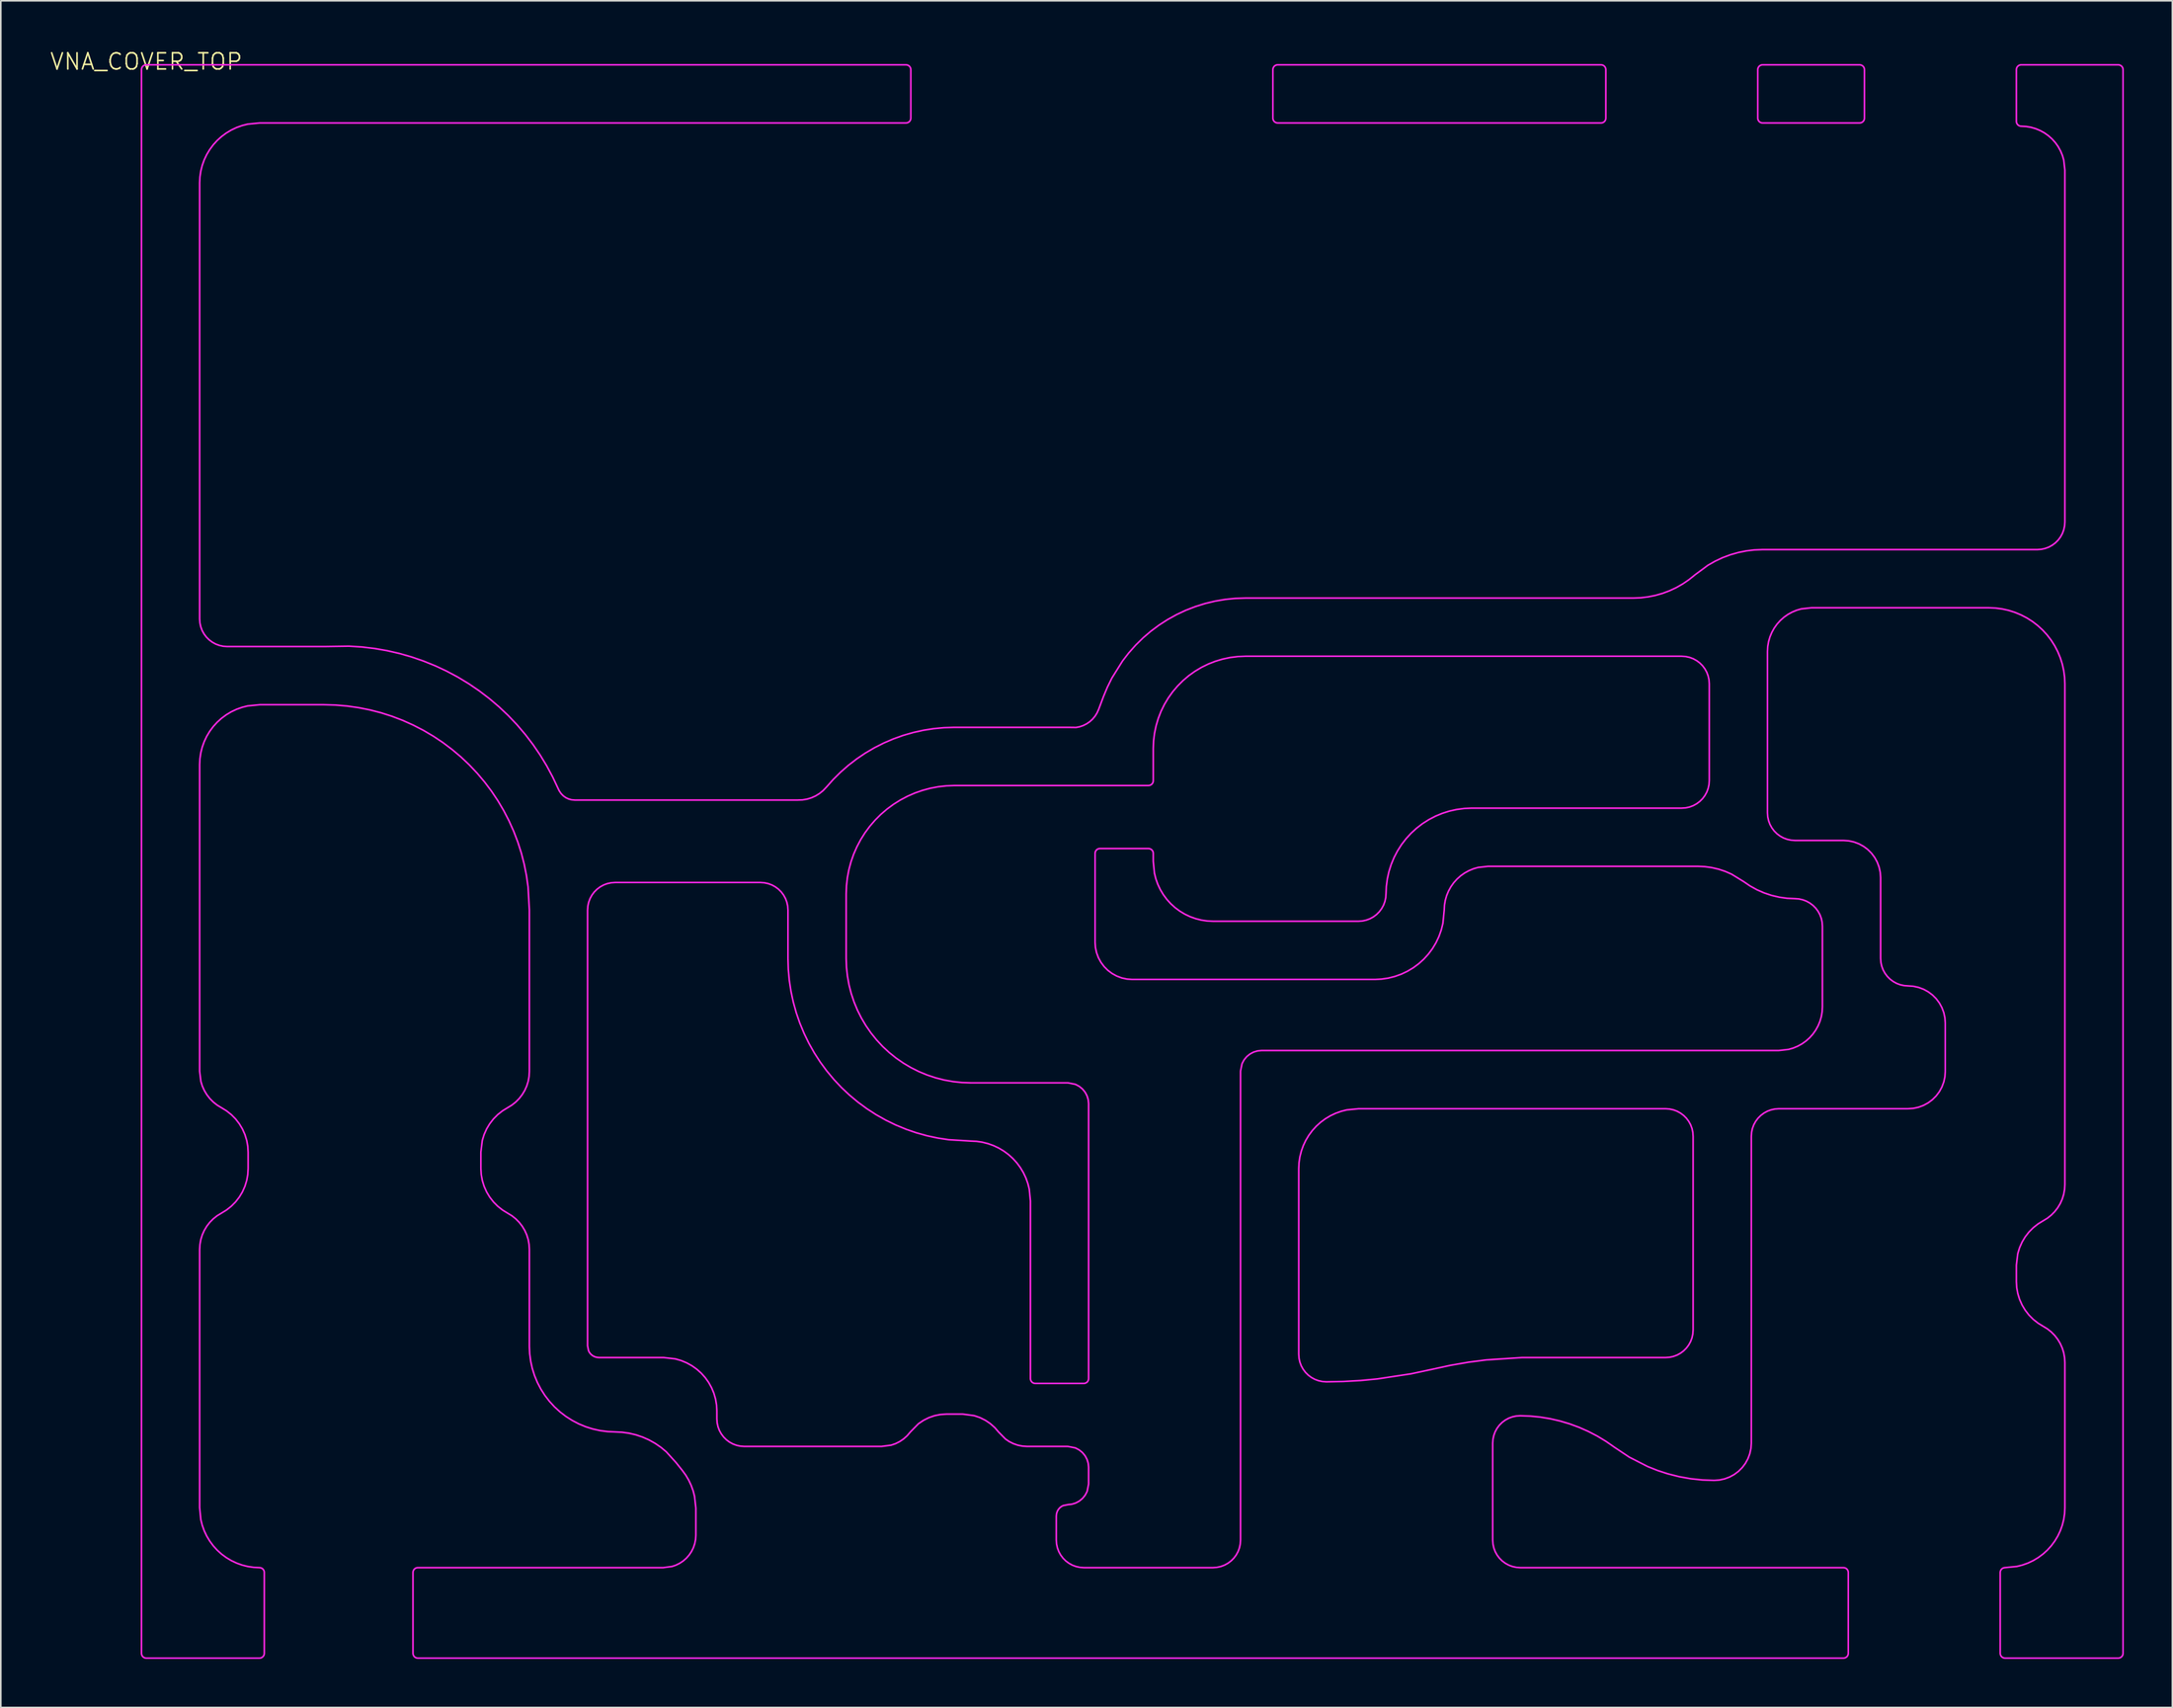
<source format=kicad_pcb>
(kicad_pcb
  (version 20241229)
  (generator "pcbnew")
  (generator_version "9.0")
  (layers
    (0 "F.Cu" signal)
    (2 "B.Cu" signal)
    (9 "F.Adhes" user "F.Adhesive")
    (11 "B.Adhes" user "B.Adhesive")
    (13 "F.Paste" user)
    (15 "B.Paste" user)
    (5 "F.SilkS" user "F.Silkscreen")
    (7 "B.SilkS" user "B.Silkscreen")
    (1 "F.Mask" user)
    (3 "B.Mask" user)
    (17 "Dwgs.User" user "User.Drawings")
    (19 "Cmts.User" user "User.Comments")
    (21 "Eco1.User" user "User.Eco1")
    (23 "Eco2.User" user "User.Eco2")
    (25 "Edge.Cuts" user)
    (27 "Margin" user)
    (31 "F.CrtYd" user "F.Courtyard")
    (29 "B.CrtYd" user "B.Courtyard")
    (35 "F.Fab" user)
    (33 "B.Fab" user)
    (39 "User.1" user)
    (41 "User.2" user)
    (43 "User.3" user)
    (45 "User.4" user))
  (footprint "VNA_COVER_TOP"
    (layer "F.Cu")
    (at 6.002 1.26)
    (property "Reference" "VNA_COVER_TOP" (at 0 -0.5 0) (unlocked yes) (layer "F.SilkS") (effects (font (size 1 1) (thickness 0.1))))
    (fp_poly (pts (xy 70 0) (xy 70 3) (xy 90 3) (xy 90 0)) (stroke (width 0.1) (type solid)) (fill yes) (layer "F.Mask"))
    (fp_poly (pts (xy 100 0) (xy 100 3) (xy 106 3) (xy 106 0)) (stroke (width 0.1) (type solid)) (fill yes) (layer "F.Mask"))
    (fp_poly (pts (xy 4.437 35.919) (xy 4.169 35.819) (xy 3.919 35.683) (xy 3.69 35.511) (xy 3.489 35.31) (xy 3.317 35.081) (xy 3.181 34.831) (xy 3.081 34.563) (xy 3.02 34.285) (xy 3 34) (xy 3 7) (xy 3.019 6.608) (xy 3.077 6.22) (xy 3.172 5.839) (xy 3.304 5.469) (xy 3.472 5.114) (xy 3.674 4.778) (xy 3.908 4.462) (xy 4.172 4.172) (xy 4.462 3.908) (xy 4.778 3.674) (xy 5.114 3.472) (xy 5.469 3.304) (xy 5.839 3.172) (xy 6.22 3.077) (xy 7 3) (xy 47 3) (xy 47 0) (xy 0 0) (xy 0 98) (xy 7 98) (xy 7 93) (xy 6.608 92.981) (xy 6.22 92.923) (xy 5.839 92.828) (xy 5.469 92.696) (xy 5.114 92.528) (xy 4.778 92.326) (xy 4.462 92.092) (xy 4.172 91.828) (xy 3.908 91.538) (xy 3.674 91.222) (xy 3.472 90.886) (xy 3.304 90.531) (xy 3.172 90.161) (xy 3.077 89.78) (xy 3 89) (xy 3 73) (xy 3.02 72.661) (xy 3.081 72.326) (xy 3.182 72.001) (xy 3.321 71.691) (xy 3.496 71.399) (xy 3.704 71.131) (xy 3.944 70.889) (xy 4.21 70.678) (xy 4.5 70.5) (xy 4.79 70.322) (xy 5.056 70.111) (xy 5.296 69.869) (xy 5.504 69.601) (xy 5.679 69.309) (xy 5.818 68.999) (xy 5.919 68.674) (xy 5.98 68.339) (xy 6 68) (xy 6 67) (xy 5.98 66.661) (xy 5.919 66.326) (xy 5.818 66.001) (xy 5.679 65.691) (xy 5.504 65.399) (xy 5.296 65.131) (xy 5.056 64.889) (xy 4.79 64.678) (xy 4.5 64.5) (xy 4.21 64.322) (xy 3.944 64.111) (xy 3.704 63.869) (xy 3.496 63.601) (xy 3.321 63.309) (xy 3.182 62.999) (xy 3.081 62.674) (xy 3 62) (xy 3 43) (xy 3.019 42.608) (xy 3.077 42.22) (xy 3.172 41.839) (xy 3.304 41.469) (xy 3.472 41.114) (xy 3.674 40.778) (xy 3.908 40.462) (xy 4.172 40.172) (xy 4.462 39.908) (xy 4.778 39.674) (xy 5.114 39.472) (xy 5.469 39.304) (xy 5.839 39.172) (xy 6.22 39.077) (xy 7 39) (xy 9 39) (xy 11 39) (xy 11.729 39.02) (xy 12.456 39.082) (xy 13.178 39.184) (xy 13.893 39.326) (xy 14.599 39.508) (xy 15.294 39.73) (xy 15.975 39.99) (xy 16.64 40.287) (xy 17.288 40.622) (xy 17.916 40.993) (xy 18.523 41.398) (xy 19.105 41.836) (xy 19.663 42.307) (xy 20.192 42.808) (xy 20.693 43.337) (xy 21.164 43.895) (xy 21.602 44.477) (xy 22.007 45.084) (xy 22.378 45.712) (xy 22.713 46.36) (xy 23.01 47.025) (xy 23.27 47.706) (xy 23.492 48.401) (xy 23.674 49.107) (xy 23.816 49.822) (xy 23.918 50.544) (xy 24 52) (xy 24 62) (xy 23.98 62.339) (xy 23.919 62.674) (xy 23.818 62.999) (xy 23.679 63.309) (xy 23.504 63.601) (xy 23.296 63.869) (xy 23.056 64.111) (xy 22.79 64.322) (xy 22.5 64.5) (xy 22.21 64.678) (xy 21.944 64.889) (xy 21.704 65.131) (xy 21.496 65.399) (xy 21.321 65.691) (xy 21.182 66.001) (xy 21.081 66.326) (xy 21 67) (xy 21 68) (xy 21.02 68.339) (xy 21.081 68.674) (xy 21.182 68.999) (xy 21.321 69.309) (xy 21.496 69.601) (xy 21.704 69.869) (xy 21.944 70.111) (xy 22.21 70.322) (xy 22.5 70.5) (xy 22.5 70.5) (xy 22.79 70.678) (xy 23.056 70.889) (xy 23.296 71.131) (xy 23.504 71.399) (xy 23.679 71.691) (xy 23.818 72.001) (xy 23.919 72.326) (xy 23.98 72.661) (xy 24 73) (xy 24 79) (xy 24.019 79.436) (xy 24.076 79.868) (xy 24.17 80.294) (xy 24.302 80.71) (xy 24.468 81.113) (xy 24.67 81.5) (xy 24.904 81.868) (xy 25.17 82.214) (xy 25.464 82.536) (xy 25.786 82.83) (xy 26.132 83.096) (xy 26.5 83.33) (xy 26.887 83.532) (xy 27.29 83.698) (xy 27.706 83.83) (xy 28.132 83.924) (xy 28.564 83.981) (xy 29 84) (xy 29 84) (xy 29.463 84.021) (xy 29.922 84.086) (xy 30.373 84.192) (xy 30.812 84.34) (xy 31.236 84.528) (xy 31.641 84.754) (xy 32.022 85.017) (xy 32.378 85.314) (xy 33 86) (xy 33.39 86.488) (xy 35.489 84.81) (xy 35.317 84.581) (xy 35.181 84.331) (xy 35.081 84.063) (xy 35.02 83.785) (xy 35 83.5) (xy 35 83) (xy 34.981 82.664) (xy 34.925 82.332) (xy 34.832 82.009) (xy 34.703 81.698) (xy 34.54 81.404) (xy 34.345 81.13) (xy 34.121 80.879) (xy 33.87 80.655) (xy 33.596 80.46) (xy 33.302 80.297) (xy 32.991 80.168) (xy 32.668 80.075) (xy 32 80) (xy 28 80) (xy 27.805 79.981) (xy 27.617 79.924) (xy 27.444 79.831) (xy 27.293 79.707) (xy 27.169 79.556) (xy 27.076 79.383) (xy 27 79) (xy 27 52) (xy 27.02 51.715) (xy 27.081 51.437) (xy 27.181 51.169) (xy 27.317 50.919) (xy 27.489 50.69) (xy 27.69 50.489) (xy 27.919 50.317) (xy 28.169 50.181) (xy 28.437 50.081) (xy 28.715 50.02) (xy 29 50) (xy 38 50) (xy 38.285 50.02) (xy 38.563 50.081) (xy 38.831 50.181) (xy 39.081 50.317) (xy 39.31 50.489) (xy 39.511 50.69) (xy 39.683 50.919) (xy 39.819 51.169) (xy 39.919 51.437) (xy 39.98 51.715) (xy 40 52) (xy 40 55) (xy 40.02 55.664) (xy 40.08 56.326) (xy 40.18 56.983) (xy 40.32 57.632) (xy 40.498 58.273) (xy 40.715 58.901) (xy 40.969 59.515) (xy 41.26 60.112) (xy 41.586 60.691) (xy 41.947 61.249) (xy 42.341 61.784) (xy 42.766 62.294) (xy 43.222 62.778) (xy 43.706 63.234) (xy 44.216 63.659) (xy 44.751 64.053) (xy 45.309 64.414) (xy 45.888 64.74) (xy 46.485 65.031) (xy 47.099 65.285) (xy 47.727 65.502) (xy 48.368 65.68) (xy 49.017 65.82) (xy 49.674 65.92) (xy 51 66) (xy 51.392 66.019) (xy 51.78 66.077) (xy 52.161 66.172) (xy 52.531 66.304) (xy 52.886 66.472) (xy 53.222 66.674) (xy 53.538 66.908) (xy 53.828 67.172) (xy 54.092 67.462) (xy 54.326 67.778) (xy 54.528 68.114) (xy 54.696 68.469) (xy 54.828 68.839) (xy 54.923 69.22) (xy 55 70) (xy 55 81) (xy 58 81) (xy 58 64) (xy 57.981 63.805) (xy 57.924 63.617) (xy 57.831 63.444) (xy 57.707 63.293) (xy 57.556 63.169) (xy 57.383 63.076) (xy 57 63) (xy 51 63) (xy 50.429 62.98) (xy 49.861 62.919) (xy 49.299 62.817) (xy 48.746 62.676) (xy 48.204 62.496) (xy 47.677 62.277) (xy 47.166 62.021) (xy 46.675 61.73) (xy 46.206 61.404) (xy 45.761 61.046) (xy 45.343 60.657) (xy 44.954 60.239) (xy 44.596 59.794) (xy 44.27 59.325) (xy 43.979 58.834) (xy 43.723 58.323) (xy 43.504 57.796) (xy 43.324 57.254) (xy 43.183 56.701) (xy 43.081 56.139) (xy 43.02 55.571) (xy 43 55) (xy 43 51) (xy 43.02 50.477) (xy 43.078 49.957) (xy 43.176 49.442) (xy 43.311 48.937) (xy 43.484 48.443) (xy 43.693 47.963) (xy 43.938 47.5) (xy 44.216 47.057) (xy 44.527 46.636) (xy 44.869 46.239) (xy 45.239 45.869) (xy 45.636 45.527) (xy 46.057 45.216) (xy 46.5 44.938) (xy 46.963 44.693) (xy 47.443 44.484) (xy 47.937 44.311) (xy 48.442 44.176) (xy 48.957 44.078) (xy 49.477 44.02) (xy 50 44) (xy 62 44) (xy 62 42) (xy 62.02 41.505) (xy 62.082 41.012) (xy 62.184 40.527) (xy 62.325 40.052) (xy 62.505 39.59) (xy 62.723 39.144) (xy 62.977 38.718) (xy 63.265 38.315) (xy 63.586 37.936) (xy 63.936 37.586) (xy 64.315 37.265) (xy 64.718 36.977) (xy 65.144 36.723) (xy 65.59 36.505) (xy 66.052 36.325) (xy 66.527 36.184) (xy 67.012 36.082) (xy 67.505 36.02) (xy 68 36) (xy 75 36) (xy 95 36) (xy 95.285 36.02) (xy 95.563 36.081) (xy 95.831 36.181) (xy 96.081 36.317) (xy 96.31 36.489) (xy 96.511 36.69) (xy 96.683 36.919) (xy 96.819 37.169) (xy 96.919 37.437) (xy 96.98 37.715) (xy 97 38) (xy 97 44) (xy 96.98 44.285) (xy 96.919 44.563) (xy 96.819 44.831) (xy 96.683 45.081) (xy 96.511 45.31) (xy 96.31 45.511) (xy 96.081 45.683) (xy 95.831 45.819) (xy 95.563 45.919) (xy 95.285 45.98) (xy 95 46) (xy 82 46) (xy 81.564 46.019) (xy 81.132 46.076) (xy 80.706 46.17) (xy 80.29 46.302) (xy 79.887 46.468) (xy 79.5 46.67) (xy 79.132 46.904) (xy 78.786 47.17) (xy 78.464 47.464) (xy 78.17 47.786) (xy 77.904 48.132) (xy 77.67 48.5) (xy 77.468 48.887) (xy 77.302 49.29) (xy 77.17 49.706) (xy 77.076 50.132) (xy 77.019 50.564) (xy 77 51) (xy 76.98 51.285) (xy 76.919 51.563) (xy 76.819 51.831) (xy 76.683 52.081) (xy 76.511 52.31) (xy 76.31 52.511) (xy 76.081 52.683) (xy 75.831 52.819) (xy 75.563 52.919) (xy 75.285 52.98) (xy 75 53) (xy 66 53) (xy 65.608 52.981) (xy 65.22 52.923) (xy 64.839 52.828) (xy 64.469 52.696) (xy 64.114 52.528) (xy 63.778 52.326) (xy 63.462 52.092) (xy 63.172 51.828) (xy 62.908 51.538) (xy 62.674 51.222) (xy 62.472 50.886) (xy 62.304 50.531) (xy 62.172 50.161) (xy 62.077 49.78) (xy 62 49) (xy 62 46.2) (xy 59 46.2) (xy 59 54) (xy 59.02 54.285) (xy 59.081 54.563) (xy 59.181 54.831) (xy 59.317 55.081) (xy 59.489 55.31) (xy 59.69 55.511) (xy 59.919 55.683) (xy 60.169 55.819) (xy 60.437 55.919) (xy 60.715 55.98) (xy 61 56) (xy 76 56) (xy 76.392 55.981) (xy 76.78 55.923) (xy 77.161 55.828) (xy 77.531 55.696) (xy 77.886 55.528) (xy 78.222 55.326) (xy 78.538 55.092) (xy 78.828 54.828) (xy 79.092 54.538) (xy 79.326 54.222) (xy 79.528 53.886) (xy 79.696 53.531) (xy 79.828 53.161) (xy 79.923 52.78) (xy 80 52) (xy 80.019 51.664) (xy 80.075 51.332) (xy 80.168 51.009) (xy 80.297 50.698) (xy 80.46 50.404) (xy 80.655 50.13) (xy 80.879 49.879) (xy 81.13 49.655) (xy 81.404 49.46) (xy 81.698 49.297) (xy 82.009 49.168) (xy 82.332 49.075) (xy 83 49) (xy 96 49) (xy 96.459 49.021) (xy 96.914 49.084) (xy 97.362 49.189) (xy 97.797 49.334) (xy 98.218 49.519) (xy 99 50) (xy 99 50) (xy 99.38 50.259) (xy 99.782 50.481) (xy 100.203 50.666) (xy 100.638 50.811) (xy 101.086 50.916) (xy 101.541 50.979) (xy 102 51) (xy 102.285 51.02) (xy 102.563 51.081) (xy 102.831 51.181) (xy 103.081 51.317) (xy 103.31 51.489) (xy 103.511 51.69) (xy 103.683 51.919) (xy 103.819 52.169) (xy 103.919 52.437) (xy 103.98 52.715) (xy 104 53) (xy 104 58) (xy 103.981 58.336) (xy 103.925 58.668) (xy 103.832 58.991) (xy 103.703 59.302) (xy 103.54 59.596) (xy 103.345 59.87) (xy 103.121 60.121) (xy 102.87 60.345) (xy 102.596 60.54) (xy 102.302 60.703) (xy 101.991 60.832) (xy 101.668 60.925) (xy 101 61) (xy 99 61) (xy 69 61) (xy 68.805 61.019) (xy 68.617 61.076) (xy 68.444 61.169) (xy 68.293 61.293) (xy 68.169 61.444) (xy 68.076 61.617) (xy 68 62) (xy 68 88.5) (xy 68 91) (xy 67.98 91.285) (xy 67.919 91.563) (xy 67.819 91.831) (xy 67.683 92.081) (xy 67.511 92.31) (xy 67.31 92.511) (xy 67.081 92.683) (xy 66.831 92.819) (xy 66.563 92.919) (xy 66.285 92.98) (xy 66 93) (xy 58 93) (xy 57.715 92.98) (xy 57.437 92.919) (xy 57.169 92.819) (xy 56.919 92.683) (xy 56.69 92.511) (xy 56.489 92.31) (xy 56.317 92.081) (xy 56.181 91.831) (xy 56.081 91.563) (xy 56.02 91.285) (xy 56 91) (xy 56 89.5) (xy 56.019 89.305) (xy 56.076 89.117) (xy 56.169 88.944) (xy 56.293 88.793) (xy 56.444 88.669) (xy 56.617 88.576) (xy 57 88.5) (xy 57.195 88.481) (xy 57.383 88.424) (xy 57.556 88.331) (xy 57.707 88.207) (xy 57.831 88.056) (xy 57.924 87.883) (xy 58 87.5) (xy 58 86.5) (xy 57.981 86.305) (xy 57.924 86.117) (xy 57.831 85.944) (xy 57.707 85.793) (xy 57.556 85.669) (xy 57.383 85.576) (xy 57 85.5) (xy 54.5 85.5) (xy 54.17 85.478) (xy 53.845 85.413) (xy 53.532 85.305) (xy 53.236 85.157) (xy 52.963 84.971) (xy 52.5 84.5) (xy 52.5 84.5) (xy 52.284 84.249) (xy 52.037 84.029) (xy 51.764 83.843) (xy 51.468 83.695) (xy 51.155 83.587) (xy 50.5 83.5) (xy 49.5 83.5) (xy 49.17 83.522) (xy 48.845 83.587) (xy 48.532 83.695) (xy 48.236 83.843) (xy 47.963 84.029) (xy 47.5 84.5) (xy 47.284 84.751) (xy 47.037 84.971) (xy 46.764 85.157) (xy 46.468 85.305) (xy 46.155 85.413) (xy 45.5 85.5) (xy 37 85.5) (xy 36.715 85.48) (xy 36.437 85.419) (xy 36.169 85.319) (xy 35.919 85.183) (xy 35.69 85.011) (xy 35.489 84.81) (xy 33.39 86.488) (xy 33.4 86.5) (xy 33.627 86.813) (xy 33.823 87.145) (xy 33.988 87.495) (xy 34.119 87.859) (xy 34.215 88.233) (xy 34.3 89) (xy 34.3 90.7) (xy 34.28 91) (xy 34.222 91.295) (xy 34.125 91.58) (xy 33.992 91.85) (xy 33.825 92.1) (xy 33.626 92.326) (xy 33.4 92.525) (xy 33.15 92.692) (xy 32.88 92.825) (xy 32.595 92.922) (xy 32 93) (xy 16.8 93) (xy 16.8 98) (xy 105 98) (xy 105 93) (xy 85 93) (xy 84.715 92.98) (xy 84.437 92.919) (xy 84.169 92.819) (xy 83.919 92.683) (xy 83.69 92.511) (xy 83.489 92.31) (xy 83.317 92.081) (xy 83.181 91.831) (xy 83.081 91.563) (xy 83.02 91.285) (xy 83 91) (xy 83 88.5) (xy 83 85) (xy 83.019 84.715) (xy 83.079 84.436) (xy 83.179 84.168) (xy 83.315 83.917) (xy 83.486 83.688) (xy 83.688 83.486) (xy 83.917 83.315) (xy 84.168 83.179) (xy 84.436 83.079) (xy 84.715 83.019) (xy 85 83) (xy 84.804 80.02) (xy 82.923 80.143) (xy 81.841 80.284) (xy 80.766 80.469) (xy 79.7 80.7) (xy 78.3 81) (xy 76.192 81.32) (xy 75.131 81.42) (xy 74.066 81.48) (xy 73 81.5) (xy 72.715 81.48) (xy 72.437 81.419) (xy 72.169 81.319) (xy 71.919 81.183) (xy 71.69 81.011) (xy 71.489 80.81) (xy 71.317 80.581) (xy 71.181 80.331) (xy 71.081 80.063) (xy 71.02 79.785) (xy 71 79.5) (xy 71 79) (xy 71 68.1) (xy 71 68) (xy 71.019 67.608) (xy 71.077 67.22) (xy 71.172 66.839) (xy 71.304 66.469) (xy 71.472 66.114) (xy 71.674 65.778) (xy 71.908 65.462) (xy 72.172 65.172) (xy 72.462 64.908) (xy 72.778 64.674) (xy 73.114 64.472) (xy 73.469 64.304) (xy 73.839 64.172) (xy 74.22 64.077) (xy 75 64) (xy 94 64) (xy 94.285 64.02) (xy 94.563 64.081) (xy 94.831 64.181) (xy 95.081 64.317) (xy 95.31 64.489) (xy 95.511 64.69) (xy 95.683 64.919) (xy 95.819 65.169) (xy 95.919 65.437) (xy 95.98 65.715) (xy 96 66) (xy 96 78) (xy 95.98 78.285) (xy 95.919 78.563) (xy 95.819 78.831) (xy 95.683 79.081) (xy 95.511 79.31) (xy 95.31 79.511) (xy 95.081 79.683) (xy 94.831 79.819) (xy 94.563 79.919) (xy 94.285 79.98) (xy 94 80) (xy 85.1 80) (xy 84.804 80.02) (xy 85 83) (xy 85 83) (xy 85.643 83.023) (xy 86.283 83.087) (xy 86.917 83.191) (xy 87.544 83.335) (xy 88.16 83.519) (xy 88.764 83.742) (xy 89.352 84.002) (xy 89.922 84.3) (xy 90.472 84.633) (xy 91 85) (xy 91.9 85.6) (xy 93.018 86.173) (xy 93.602 86.405) (xy 94.2 86.6) (xy 94.888 86.774) (xy 95.586 86.899) (xy 96.291 86.975) (xy 97 87) (xy 97.285 86.98) (xy 97.563 86.919) (xy 97.831 86.819) (xy 98.081 86.683) (xy 98.31 86.511) (xy 98.511 86.31) (xy 98.683 86.081) (xy 98.819 85.831) (xy 98.919 85.563) (xy 98.98 85.285) (xy 99 85) (xy 99 80) (xy 99 66) (xy 99.02 65.715) (xy 99.081 65.437) (xy 99.181 65.169) (xy 99.317 64.919) (xy 99.489 64.69) (xy 99.69 64.489) (xy 99.919 64.317) (xy 100.169 64.181) (xy 100.437 64.081) (xy 100.715 64.02) (xy 101 64) (xy 109 64) (xy 109.285 63.98) (xy 109.563 63.919) (xy 109.831 63.819) (xy 110.081 63.683) (xy 110.31 63.511) (xy 110.511 63.31) (xy 110.683 63.081) (xy 110.819 62.831) (xy 110.919 62.563) (xy 110.98 62.285) (xy 111 62) (xy 111 59) (xy 110.98 58.715) (xy 110.919 58.437) (xy 110.819 58.169) (xy 110.683 57.919) (xy 110.511 57.69) (xy 110.31 57.489) (xy 110.081 57.317) (xy 109.831 57.181) (xy 109.563 57.081) (xy 109.285 57.02) (xy 109 57) (xy 108.715 56.98) (xy 108.437 56.919) (xy 108.169 56.819) (xy 107.919 56.683) (xy 107.69 56.511) (xy 107.489 56.31) (xy 107.317 56.081) (xy 107.181 55.831) (xy 107.081 55.563) (xy 107.02 55.285) (xy 107 55) (xy 107 50) (xy 106.98 49.715) (xy 106.919 49.437) (xy 106.819 49.169) (xy 106.683 48.919) (xy 106.511 48.69) (xy 106.31 48.489) (xy 106.081 48.317) (xy 105.831 48.181) (xy 105.563 48.081) (xy 105.285 48.02) (xy 105 48) (xy 102 48) (xy 101.715 47.98) (xy 101.437 47.919) (xy 101.169 47.819) (xy 100.919 47.683) (xy 100.69 47.511) (xy 100.489 47.31) (xy 100.317 47.081) (xy 100.181 46.831) (xy 100.081 46.563) (xy 100.02 46.285) (xy 100 46) (xy 100 36) (xy 100.019 35.664) (xy 100.075 35.332) (xy 100.168 35.009) (xy 100.297 34.698) (xy 100.46 34.404) (xy 100.655 34.13) (xy 100.879 33.879) (xy 101.13 33.655) (xy 101.404 33.46) (xy 101.698 33.297) (xy 102.009 33.168) (xy 102.332 33.075) (xy 103 33) (xy 114 33) (xy 114.436 33.019) (xy 114.868 33.076) (xy 115.294 33.17) (xy 115.71 33.302) (xy 116.113 33.468) (xy 116.5 33.67) (xy 116.868 33.904) (xy 117.214 34.17) (xy 117.536 34.464) (xy 117.83 34.786) (xy 118.096 35.132) (xy 118.33 35.5) (xy 118.532 35.887) (xy 118.698 36.29) (xy 118.83 36.706) (xy 118.924 37.132) (xy 118.981 37.564) (xy 119 38) (xy 119 69) (xy 118.98 69.339) (xy 118.919 69.674) (xy 118.818 69.999) (xy 118.679 70.309) (xy 118.504 70.601) (xy 118.296 70.869) (xy 118.056 71.111) (xy 117.79 71.322) (xy 117.5 71.5) (xy 117.21 71.678) (xy 116.944 71.889) (xy 116.704 72.131) (xy 116.496 72.399) (xy 116.321 72.691) (xy 116.182 73.001) (xy 116.081 73.326) (xy 116 74) (xy 116 75) (xy 116.02 75.339) (xy 116.081 75.674) (xy 116.182 75.999) (xy 116.321 76.309) (xy 116.496 76.601) (xy 116.704 76.869) (xy 116.944 77.111) (xy 117.21 77.322) (xy 117.5 77.5) (xy 117.5 77.5) (xy 117.79 77.678) (xy 118.056 77.889) (xy 118.296 78.131) (xy 118.504 78.399) (xy 118.679 78.691) (xy 118.818 79.001) (xy 118.919 79.326) (xy 118.98 79.661) (xy 119 80) (xy 119 89) (xy 118.981 89.392) (xy 118.923 89.78) (xy 118.828 90.161) (xy 118.696 90.531) (xy 118.528 90.886) (xy 118.326 91.222) (xy 118.092 91.538) (xy 117.828 91.828) (xy 117.538 92.092) (xy 117.222 92.326) (xy 116.886 92.528) (xy 116.531 92.696) (xy 116.161 92.828) (xy 115.78 92.923) (xy 115 93) (xy 115 98) (xy 122 98) (xy 122 30) (xy 122 0) (xy 116 0) (xy 116 3.2) (xy 116.336 3.219) (xy 116.668 3.275) (xy 116.991 3.368) (xy 117.302 3.497) (xy 117.596 3.66) (xy 117.87 3.855) (xy 118.121 4.079) (xy 118.345 4.33) (xy 118.54 4.604) (xy 118.703 4.898) (xy 118.832 5.209) (xy 118.925 5.532) (xy 119 6.2) (xy 119 28) (xy 118.98 28.285) (xy 118.919 28.563) (xy 118.819 28.831) (xy 118.683 29.081) (xy 118.511 29.31) (xy 118.31 29.511) (xy 118.081 29.683) (xy 117.831 29.819) (xy 117.563 29.919) (xy 117.285 29.98) (xy 117 30) (xy 100 30) (xy 99.516 30.019) (xy 99.034 30.077) (xy 98.559 30.173) (xy 98.093 30.307) (xy 97.639 30.477) (xy 97.2 30.683) (xy 96.778 30.923) (xy 96 31.5) (xy 95.622 31.804) (xy 95.222 32.077) (xy 94.8 32.317) (xy 94.361 32.523) (xy 93.907 32.693) (xy 93.441 32.827) (xy 92.966 32.923) (xy 92.484 32.981) (xy 92 33) (xy 75 33) (xy 68 33) (xy 67.388 33.021) (xy 66.779 33.083) (xy 66.175 33.186) (xy 65.58 33.329) (xy 64.996 33.512) (xy 64.425 33.735) (xy 63.871 33.995) (xy 63.335 34.292) (xy 62.821 34.625) (xy 62.331 34.991) (xy 61.866 35.39) (xy 61.429 35.819) (xy 61.022 36.277) (xy 60.648 36.761) (xy 60 37.8) (xy 59.733 38.342) (xy 59.5 38.9) (xy 59.2 39.7) (xy 59.087 39.952) (xy 58.94 40.186) (xy 58.763 40.398) (xy 58.559 40.584) (xy 58.331 40.741) (xy 58.084 40.865) (xy 57.823 40.954) (xy 57.551 41.007) (xy 57 41) (xy 50 41) (xy 49.373 41.02) (xy 48.749 41.078) (xy 48.13 41.176) (xy 47.518 41.312) (xy 46.916 41.486) (xy 46.326 41.697) (xy 45.75 41.944) (xy 45.191 42.228) (xy 44.65 42.545) (xy 44.131 42.896) (xy 43.634 43.278) (xy 43.162 43.691) (xy 42.717 44.132) (xy 42.3 44.6) (xy 42.077 44.835) (xy 41.825 45.039) (xy 41.549 45.209) (xy 41.254 45.342) (xy 40.943 45.435) (xy 40.624 45.488) (xy 40.3 45.5) (xy 26.5 45.5) (xy 26.5 45.5) (xy 26.259 45.479) (xy 26.025 45.415) (xy 25.805 45.312) (xy 25.608 45.172) (xy 25.437 45) (xy 25.3 44.8) (xy 25.247 44.701) (xy 25.2 44.6) (xy 25.2 44.6) (xy 24.873 43.904) (xy 24.509 43.226) (xy 24.11 42.569) (xy 23.676 41.934) (xy 23.209 41.323) (xy 22.71 40.738) (xy 22.18 40.18) (xy 21.622 39.652) (xy 21.036 39.153) (xy 20.424 38.687) (xy 19.788 38.254) (xy 19.131 37.856) (xy 18.453 37.493) (xy 17.756 37.167) (xy 17.043 36.879) (xy 16.316 36.629) (xy 15.576 36.418) (xy 14.826 36.247) (xy 14.069 36.116) (xy 13.305 36.025) (xy 12.537 35.976) (xy 11 36) (xy 9 36) (xy 5 36) (xy 4.715 35.98)) (stroke (width 0.1) (type solid)) (fill yes) (layer "F.Mask"))
    (fp_poly (pts (xy 70 -0.3) (xy 69.941 -0.294) (xy 69.885 -0.277) (xy 69.833 -0.249) (xy 69.788 -0.212) (xy 69.751 -0.167) (xy 69.723 -0.115) (xy 69.706 -0.059) (xy 69.7 0) (xy 69.7 3) (xy 69.706 3.059) (xy 69.723 3.115) (xy 69.751 3.167) (xy 69.788 3.212) (xy 69.833 3.249) (xy 69.885 3.277) (xy 69.941 3.294) (xy 70 3.3) (xy 90 3.3) (xy 90.059 3.294) (xy 90.115 3.277) (xy 90.167 3.249) (xy 90.212 3.212) (xy 90.249 3.167) (xy 90.277 3.115) (xy 90.294 3.059) (xy 90.3 3) (xy 90.3 0) (xy 90.294 -0.059) (xy 90.277 -0.115) (xy 90.249 -0.167) (xy 90.212 -0.212) (xy 90.167 -0.249) (xy 90.115 -0.277) (xy 90.059 -0.294) (xy 90 -0.3)) (stroke (width 0.1) (type solid)) (fill no) (layer "F.CrtYd"))
    (fp_poly (pts (xy 100 -0.3) (xy 99.941 -0.294) (xy 99.885 -0.277) (xy 99.833 -0.249) (xy 99.788 -0.212) (xy 99.751 -0.167) (xy 99.723 -0.115) (xy 99.706 -0.059) (xy 99.7 0) (xy 99.7 3) (xy 99.706 3.059) (xy 99.723 3.115) (xy 99.751 3.167) (xy 99.788 3.212) (xy 99.833 3.249) (xy 99.885 3.277) (xy 99.941 3.294) (xy 100 3.3) (xy 106 3.3) (xy 106.059 3.294) (xy 106.115 3.277) (xy 106.167 3.249) (xy 106.212 3.212) (xy 106.249 3.167) (xy 106.277 3.115) (xy 106.294 3.059) (xy 106.3 3) (xy 106.3 0) (xy 106.294 -0.059) (xy 106.277 -0.115) (xy 106.249 -0.167) (xy 106.212 -0.212) (xy 106.167 -0.249) (xy 106.115 -0.277) (xy 106.059 -0.294) (xy 106 -0.3)) (stroke (width 0.1) (type solid)) (fill no) (layer "F.CrtYd"))
    (fp_poly (pts (xy 93.989 79.7) (xy 85.1 79.7) (xy 85.08 79.701) (xy 82.904 79.844) (xy 82.885 79.846) (xy 81.803 79.986) (xy 81.79 79.988) (xy 80.715 80.174) (xy 80.703 80.176) (xy 79.637 80.407) (xy 78.246 80.705) (xy 76.155 81.022) (xy 75.108 81.121) (xy 74.055 81.18) (xy 73.008 81.2) (xy 72.758 81.182) (xy 72.521 81.13) (xy 72.294 81.046) (xy 72.081 80.929) (xy 71.887 80.784) (xy 71.716 80.613) (xy 71.571 80.419) (xy 71.454 80.206) (xy 71.37 79.979) (xy 71.318 79.742) (xy 71.3 79.489) (xy 71.3 79) (xy 71.3 68.007) (xy 71.318 67.637) (xy 71.371 67.278) (xy 71.46 66.926) (xy 71.582 66.584) (xy 71.737 66.256) (xy 71.924 65.945) (xy 72.14 65.653) (xy 72.384 65.384) (xy 72.653 65.14) (xy 72.945 64.924) (xy 73.256 64.737) (xy 73.584 64.582) (xy 73.926 64.46) (xy 74.271 64.373) (xy 75.015 64.3) (xy 93.989 64.3) (xy 94.242 64.318) (xy 94.479 64.37) (xy 94.706 64.454) (xy 94.919 64.571) (xy 95.113 64.716) (xy 95.284 64.887) (xy 95.429 65.081) (xy 95.546 65.294) (xy 95.63 65.521) (xy 95.682 65.758) (xy 95.7 66.011) (xy 95.7 77.989) (xy 95.682 78.242) (xy 95.63 78.479) (xy 95.546 78.706) (xy 95.429 78.919) (xy 95.284 79.113) (xy 95.113 79.284) (xy 94.919 79.429) (xy 94.706 79.546) (xy 94.479 79.63) (xy 94.242 79.682)) (stroke (width 0.1) (type solid)) (fill no) (layer "F.CrtYd"))
    (fp_poly (pts (xy 57.044 88.797) (xy 57.224 88.779) (xy 57.282 88.768) (xy 57.47 88.711) (xy 57.524 88.688) (xy 57.697 88.596) (xy 57.746 88.563) (xy 57.897 88.439) (xy 57.939 88.397) (xy 58.063 88.246) (xy 58.096 88.197) (xy 58.188 88.024) (xy 58.206 87.984) (xy 58.218 87.941) (xy 58.294 87.559) (xy 58.3 87.5) (xy 58.3 86.5) (xy 58.299 86.471) (xy 58.279 86.276) (xy 58.268 86.218) (xy 58.211 86.03) (xy 58.188 85.976) (xy 58.096 85.803) (xy 58.063 85.754) (xy 57.939 85.603) (xy 57.897 85.561) (xy 57.746 85.437) (xy 57.697 85.404) (xy 57.524 85.312) (xy 57.484 85.294) (xy 57.441 85.282) (xy 57.059 85.206) (xy 57 85.2) (xy 55 85.2) (xy 54.51 85.2) (xy 54.21 85.18) (xy 53.924 85.123) (xy 53.649 85.028) (xy 53.388 84.898) (xy 53.156 84.74) (xy 52.721 84.297) (xy 52.512 84.053) (xy 52.484 84.025) (xy 52.237 83.805) (xy 52.206 83.78) (xy 51.932 83.595) (xy 51.898 83.575) (xy 51.602 83.427) (xy 51.565 83.411) (xy 51.252 83.304) (xy 51.194 83.29) (xy 50.54 83.203) (xy 50.5 83.2) (xy 49.5 83.2) (xy 49.48 83.201) (xy 49.15 83.223) (xy 49.111 83.228) (xy 48.786 83.293) (xy 48.748 83.304) (xy 48.435 83.411) (xy 48.398 83.427) (xy 48.102 83.575) (xy 48.068 83.595) (xy 47.794 83.78) (xy 47.748 83.819) (xy 47.286 84.29) (xy 47.272 84.305) (xy 47.07 84.54) (xy 46.853 84.734) (xy 46.612 84.898) (xy 46.351 85.028) (xy 46.085 85.119) (xy 45.48 85.2) (xy 37.011 85.2) (xy 36.758 85.182) (xy 36.521 85.13) (xy 36.294 85.046) (xy 36.081 84.929) (xy 35.887 84.784) (xy 35.716 84.613) (xy 35.571 84.419) (xy 35.454 84.206) (xy 35.37 83.979) (xy 35.318 83.742) (xy 35.3 83.489) (xy 35.3 83) (xy 35.3 82.983) (xy 35.281 82.647) (xy 35.277 82.614) (xy 35.221 82.282) (xy 35.213 82.249) (xy 35.12 81.926) (xy 35.109 81.894) (xy 34.98 81.584) (xy 34.965 81.553) (xy 34.803 81.259) (xy 34.785 81.23) (xy 34.59 80.956) (xy 34.569 80.93) (xy 34.345 80.679) (xy 34.321 80.655) (xy 34.07 80.431) (xy 34.044 80.41) (xy 33.77 80.215) (xy 33.741 80.197) (xy 33.447 80.035) (xy 33.416 80.02) (xy 33.106 79.891) (xy 33.074 79.88) (xy 32.751 79.787) (xy 32.701 79.777) (xy 32.034 79.702) (xy 32 79.7) (xy 28.015 79.7) (xy 27.864 79.685) (xy 27.733 79.645) (xy 27.612 79.581) (xy 27.506 79.494) (xy 27.419 79.388) (xy 27.362 79.281) (xy 27.3 78.97) (xy 27.3 52.011) (xy 27.318 51.758) (xy 27.37 51.521) (xy 27.454 51.294) (xy 27.571 51.081) (xy 27.716 50.887) (xy 27.887 50.716) (xy 28.081 50.571) (xy 28.294 50.454) (xy 28.521 50.37) (xy 28.758 50.318) (xy 29.011 50.3) (xy 37.989 50.3) (xy 38.242 50.318) (xy 38.479 50.37) (xy 38.706 50.454) (xy 38.919 50.571) (xy 39.113 50.716) (xy 39.284 50.887) (xy 39.429 51.081) (xy 39.546 51.294) (xy 39.63 51.521) (xy 39.682 51.758) (xy 39.7 52.011) (xy 39.7 55) (xy 39.7 55.009) (xy 39.72 55.673) (xy 39.721 55.691) (xy 39.781 56.353) (xy 39.784 56.371) (xy 39.884 57.028) (xy 39.887 57.046) (xy 40.026 57.695) (xy 40.031 57.713) (xy 40.209 58.353) (xy 40.214 58.37) (xy 40.431 58.999) (xy 40.438 59.015) (xy 40.692 59.629) (xy 40.699 59.646) (xy 40.99 60.243) (xy 40.999 60.259) (xy 41.325 60.838) (xy 41.334 60.854) (xy 41.695 61.412) (xy 41.706 61.427) (xy 42.099 61.962) (xy 42.111 61.976) (xy 42.536 62.486) (xy 42.548 62.5) (xy 43.003 62.984) (xy 43.016 62.997) (xy 43.5 63.452) (xy 43.514 63.464) (xy 44.024 63.889) (xy 44.038 63.901) (xy 44.573 64.294) (xy 44.588 64.305) (xy 45.146 64.666) (xy 45.162 64.675) (xy 45.741 65.001) (xy 45.757 65.01) (xy 46.354 65.301) (xy 46.371 65.308) (xy 46.985 65.562) (xy 47.001 65.569) (xy 47.63 65.786) (xy 47.647 65.791) (xy 48.287 65.969) (xy 48.305 65.974) (xy 48.954 66.113) (xy 48.972 66.116) (xy 49.629 66.216) (xy 49.656 66.219) (xy 50.982 66.299) (xy 50.985 66.3) (xy 51.363 66.318) (xy 51.722 66.371) (xy 52.074 66.46) (xy 52.416 66.582) (xy 52.744 66.737) (xy 53.055 66.924) (xy 53.347 67.14) (xy 53.616 67.384) (xy 53.86 67.653) (xy 54.076 67.945) (xy 54.263 68.256) (xy 54.418 68.584) (xy 54.54 68.926) (xy 54.627 69.271) (xy 54.7 70.015) (xy 54.7 81) (xy 54.706 81.059) (xy 54.723 81.115) (xy 54.751 81.167) (xy 54.788 81.212) (xy 54.833 81.249) (xy 54.885 81.277) (xy 54.941 81.294) (xy 55 81.3) (xy 58 81.3) (xy 58.059 81.294) (xy 58.115 81.277) (xy 58.167 81.249) (xy 58.212 81.212) (xy 58.249 81.167) (xy 58.277 81.115) (xy 58.294 81.059) (xy 58.3 81) (xy 58.3 64) (xy 58.299 63.971) (xy 58.279 63.776) (xy 58.268 63.718) (xy 58.211 63.53) (xy 58.188 63.476) (xy 58.096 63.303) (xy 58.063 63.254) (xy 57.939 63.103) (xy 57.897 63.061) (xy 57.746 62.937) (xy 57.697 62.904) (xy 57.524 62.812) (xy 57.484 62.794) (xy 57.441 62.782) (xy 57.059 62.706) (xy 57 62.7) (xy 51.005 62.7) (xy 50.451 62.68) (xy 49.904 62.621) (xy 49.363 62.524) (xy 48.831 62.388) (xy 48.309 62.214) (xy 47.801 62.004) (xy 47.31 61.758) (xy 46.837 61.477) (xy 46.386 61.164) (xy 45.958 60.819) (xy 45.555 60.445) (xy 45.181 60.042) (xy 44.836 59.614) (xy 44.523 59.163) (xy 44.242 58.69) (xy 43.996 58.199) (xy 43.786 57.691) (xy 43.612 57.169) (xy 43.476 56.637) (xy 43.379 56.096) (xy 43.32 55.549) (xy 43.3 54.995) (xy 43.3 51.006) (xy 43.319 50.499) (xy 43.375 50.001) (xy 43.468 49.509) (xy 43.598 49.025) (xy 43.763 48.552) (xy 43.964 48.093) (xy 44.198 47.65) (xy 44.464 47.226) (xy 44.762 46.823) (xy 45.089 46.443) (xy 45.443 46.089) (xy 45.823 45.762) (xy 46.226 45.464) (xy 46.65 45.198) (xy 47.093 44.964) (xy 47.552 44.763) (xy 48.025 44.598) (xy 48.509 44.468) (xy 49.001 44.375) (xy 49.499 44.319) (xy 50.006 44.3) (xy 62 44.3) (xy 62.059 44.294) (xy 62.115 44.277) (xy 62.167 44.249) (xy 62.212 44.212) (xy 62.249 44.167) (xy 62.277 44.115) (xy 62.294 44.059) (xy 62.3 44) (xy 62.3 42.006) (xy 62.32 41.529) (xy 62.378 41.062) (xy 62.475 40.601) (xy 62.609 40.149) (xy 62.78 39.71) (xy 62.987 39.287) (xy 63.228 38.883) (xy 63.502 38.499) (xy 63.807 38.14) (xy 64.14 37.807) (xy 64.499 37.502) (xy 64.883 37.228) (xy 65.287 36.987) (xy 65.71 36.78) (xy 66.149 36.609) (xy 66.601 36.475) (xy 67.062 36.378) (xy 67.529 36.32) (xy 68.006 36.3) (xy 75 36.3) (xy 94.989 36.3) (xy 95.242 36.318) (xy 95.479 36.37) (xy 95.706 36.454) (xy 95.919 36.571) (xy 96.113 36.716) (xy 96.284 36.887) (xy 96.429 37.081) (xy 96.546 37.294) (xy 96.63 37.521) (xy 96.682 37.758) (xy 96.7 38.011) (xy 96.7 43.989) (xy 96.682 44.242) (xy 96.63 44.479) (xy 96.546 44.706) (xy 96.429 44.919) (xy 96.284 45.113) (xy 96.113 45.284) (xy 95.919 45.429) (xy 95.706 45.546) (xy 95.479 45.63) (xy 95.242 45.682) (xy 94.989 45.7) (xy 82 45.7) (xy 81.987 45.7) (xy 81.551 45.719) (xy 81.525 45.722) (xy 81.093 45.779) (xy 81.067 45.783) (xy 80.641 45.877) (xy 80.616 45.884) (xy 80.2 46.015) (xy 80.175 46.024) (xy 79.772 46.191) (xy 79.748 46.202) (xy 79.361 46.404) (xy 79.339 46.417) (xy 78.971 46.651) (xy 78.949 46.666) (xy 78.603 46.932) (xy 78.583 46.949) (xy 78.262 47.243) (xy 78.243 47.262) (xy 77.949 47.583) (xy 77.932 47.603) (xy 77.666 47.949) (xy 77.651 47.971) (xy 77.417 48.339) (xy 77.404 48.361) (xy 77.202 48.748) (xy 77.191 48.772) (xy 77.024 49.175) (xy 77.015 49.2) (xy 76.884 49.616) (xy 76.877 49.641) (xy 76.783 50.067) (xy 76.779 50.093) (xy 76.722 50.525) (xy 76.719 50.551) (xy 76.7 50.983) (xy 76.682 51.242) (xy 76.63 51.479) (xy 76.546 51.706) (xy 76.429 51.919) (xy 76.284 52.113) (xy 76.113 52.284) (xy 75.919 52.429) (xy 75.706 52.546) (xy 75.479 52.63) (xy 75.242 52.682) (xy 74.989 52.7) (xy 66.007 52.7) (xy 65.637 52.682) (xy 65.278 52.629) (xy 64.926 52.54) (xy 64.584 52.418) (xy 64.256 52.263) (xy 63.945 52.076) (xy 63.653 51.86) (xy 63.384 51.616) (xy 63.14 51.347) (xy 62.924 51.055) (xy 62.737 50.744) (xy 62.582 50.416) (xy 62.46 50.074) (xy 62.373 49.729) (xy 62.3 48.985) (xy 62.3 48.5) (xy 62.294 48.441) (xy 62.277 48.385) (xy 62.249 48.333) (xy 62.212 48.288) (xy 62.167 48.251) (xy 62.115 48.223) (xy 62.059 48.206) (xy 62 48.2) (xy 59 48.2) (xy 58.941 48.206) (xy 58.885 48.223) (xy 58.833 48.251) (xy 58.788 48.288) (xy 58.751 48.333) (xy 58.723 48.385) (xy 58.706 48.441) (xy 58.7 48.5) (xy 58.7 54) (xy 58.701 54.021) (xy 58.721 54.306) (xy 58.727 54.348) (xy 58.788 54.627) (xy 58.8 54.668) (xy 58.9 54.936) (xy 58.917 54.975) (xy 59.054 55.225) (xy 59.077 55.261) (xy 59.248 55.49) (xy 59.276 55.522) (xy 59.478 55.724) (xy 59.51 55.752) (xy 59.739 55.923) (xy 59.775 55.946) (xy 60.025 56.083) (xy 60.064 56.1) (xy 60.332 56.2) (xy 60.373 56.212) (xy 60.652 56.273) (xy 60.694 56.279) (xy 60.979 56.299) (xy 61 56.3) (xy 76 56.3) (xy 76.015 56.3) (xy 76.407 56.28) (xy 76.436 56.277) (xy 76.824 56.22) (xy 76.853 56.214) (xy 77.234 56.119) (xy 77.262 56.11) (xy 77.632 55.978) (xy 77.659 55.967) (xy 78.014 55.799) (xy 78.04 55.785) (xy 78.377 55.583) (xy 78.401 55.567) (xy 78.716 55.333) (xy 78.739 55.314) (xy 79.03 55.051) (xy 79.051 55.03) (xy 79.314 54.739) (xy 79.333 54.716) (xy 79.567 54.401) (xy 79.583 54.377) (xy 79.785 54.04) (xy 79.799 54.014) (xy 79.967 53.659) (xy 79.978 53.632) (xy 80.11 53.262) (xy 80.119 53.234) (xy 80.214 52.853) (xy 80.222 52.81) (xy 80.299 52.029) (xy 80.3 52.017) (xy 80.317 51.698) (xy 80.368 51.399) (xy 80.452 51.108) (xy 80.568 50.829) (xy 80.714 50.564) (xy 80.889 50.317) (xy 81.091 50.091) (xy 81.317 49.889) (xy 81.564 49.714) (xy 81.829 49.568) (xy 82.108 49.452) (xy 82.391 49.37) (xy 83.017 49.3) (xy 95.993 49.3) (xy 96.431 49.32) (xy 96.859 49.38) (xy 97.28 49.478) (xy 97.689 49.614) (xy 98.079 49.785) (xy 98.837 50.252) (xy 99.211 50.507) (xy 99.235 50.521) (xy 99.637 50.744) (xy 99.661 50.756) (xy 100.082 50.94) (xy 100.108 50.95) (xy 100.544 51.096) (xy 100.57 51.103) (xy 101.018 51.208) (xy 101.045 51.213) (xy 101.5 51.276) (xy 101.527 51.279) (xy 101.982 51.3) (xy 102.242 51.318) (xy 102.479 51.37) (xy 102.706 51.454) (xy 102.919 51.571) (xy 103.113 51.716) (xy 103.284 51.887) (xy 103.429 52.081) (xy 103.546 52.294) (xy 103.63 52.521) (xy 103.682 52.758) (xy 103.7 53.011) (xy 103.7 57.992) (xy 103.683 58.302) (xy 103.632 58.601) (xy 103.548 58.892) (xy 103.432 59.171) (xy 103.286 59.436) (xy 103.111 59.683) (xy 102.909 59.909) (xy 102.683 60.111) (xy 102.436 60.286) (xy 102.171 60.432) (xy 101.892 60.548) (xy 101.609 60.63) (xy 100.983 60.7) (xy 99 60.7) (xy 69 60.7) (xy 68.971 60.701) (xy 68.776 60.721) (xy 68.718 60.732) (xy 68.53 60.789) (xy 68.476 60.812) (xy 68.303 60.904) (xy 68.254 60.937) (xy 68.103 61.061) (xy 68.061 61.103) (xy 67.937 61.254) (xy 67.904 61.303) (xy 67.812 61.476) (xy 67.794 61.516) (xy 67.782 61.559) (xy 67.706 61.941) (xy 67.7 62) (xy 67.7 88) (xy 67.7 88.5) (xy 67.7 90.989) (xy 67.682 91.242) (xy 67.63 91.479) (xy 67.546 91.706) (xy 67.429 91.919) (xy 67.284 92.113) (xy 67.113 92.284) (xy 66.919 92.429) (xy 66.706 92.546) (xy 66.479 92.63) (xy 66.242 92.682) (xy 65.989 92.7) (xy 58.011 92.7) (xy 57.758 92.682) (xy 57.521 92.63) (xy 57.294 92.546) (xy 57.081 92.429) (xy 56.887 92.284) (xy 56.716 92.113) (xy 56.571 91.919) (xy 56.454 91.706) (xy 56.37 91.479) (xy 56.318 91.242) (xy 56.3 90.989) (xy 56.3 89.515) (xy 56.315 89.364) (xy 56.355 89.233) (xy 56.419 89.112) (xy 56.506 89.006) (xy 56.612 88.919) (xy 56.719 88.862)) (stroke (width 0.1) (type solid)) (fill no) (layer "F.CrtYd"))
    (fp_poly (pts (xy -0.3 0) (xy -0.3 98) (xy -0.294 98.059) (xy -0.277 98.115) (xy -0.249 98.167) (xy -0.212 98.212) (xy -0.167 98.249) (xy -0.115 98.277) (xy -0.059 98.294) (xy 0 98.3) (xy 7 98.3) (xy 7.059 98.294) (xy 7.115 98.277) (xy 7.167 98.249) (xy 7.212 98.212) (xy 7.249 98.167) (xy 7.277 98.115) (xy 7.294 98.059) (xy 7.3 98) (xy 7.3 93) (xy 7.295 92.943) (xy 7.279 92.889) (xy 7.252 92.838) (xy 7.217 92.793) (xy 7.174 92.756) (xy 7.125 92.727) (xy 7.071 92.709) (xy 7.015 92.7) (xy 6.637 92.682) (xy 6.278 92.629) (xy 5.926 92.54) (xy 5.584 92.418) (xy 5.256 92.263) (xy 4.945 92.076) (xy 4.653 91.86) (xy 4.384 91.616) (xy 4.14 91.347) (xy 3.924 91.055) (xy 3.737 90.744) (xy 3.582 90.416) (xy 3.46 90.074) (xy 3.373 89.729) (xy 3.3 88.985) (xy 3.3 73.009) (xy 3.319 72.697) (xy 3.373 72.397) (xy 3.463 72.107) (xy 3.587 71.83) (xy 3.744 71.569) (xy 3.93 71.329) (xy 4.144 71.113) (xy 4.382 70.924) (xy 4.657 70.756) (xy 4.947 70.578) (xy 4.976 70.557) (xy 5.243 70.346) (xy 5.27 70.322) (xy 5.509 70.081) (xy 5.533 70.054) (xy 5.741 69.785) (xy 5.762 69.755) (xy 5.937 69.464) (xy 5.953 69.432) (xy 6.092 69.121) (xy 6.105 69.088) (xy 6.205 68.763) (xy 6.214 68.728) (xy 6.275 68.393) (xy 6.279 68.357) (xy 6.299 68.018) (xy 6.3 68) (xy 6.3 67) (xy 6.299 66.982) (xy 6.279 66.643) (xy 6.275 66.607) (xy 6.214 66.272) (xy 6.205 66.237) (xy 6.105 65.912) (xy 6.092 65.879) (xy 5.953 65.568) (xy 5.937 65.536) (xy 5.762 65.245) (xy 5.741 65.215) (xy 5.533 64.946) (xy 5.509 64.919) (xy 5.27 64.678) (xy 5.243 64.654) (xy 4.976 64.443) (xy 4.947 64.422) (xy 4.657 64.244) (xy 4.382 64.076) (xy 4.144 63.887) (xy 3.93 63.671) (xy 3.744 63.431) (xy 3.587 63.17) (xy 3.463 62.893) (xy 3.376 62.611) (xy 3.3 61.982) (xy 3.3 43.007) (xy 3.318 42.637) (xy 3.371 42.278) (xy 3.46 41.926) (xy 3.582 41.584) (xy 3.737 41.256) (xy 3.924 40.945) (xy 4.14 40.653) (xy 4.384 40.384) (xy 4.653 40.14) (xy 4.945 39.924) (xy 5.256 39.737) (xy 5.584 39.582) (xy 5.926 39.46) (xy 6.271 39.373) (xy 7.015 39.3) (xy 9 39.3) (xy 10.996 39.3) (xy 11.712 39.32) (xy 12.422 39.38) (xy 13.127 39.48) (xy 13.826 39.619) (xy 14.516 39.796) (xy 15.195 40.013) (xy 15.86 40.267) (xy 16.51 40.558) (xy 17.143 40.885) (xy 17.757 41.247) (xy 18.349 41.642) (xy 18.918 42.071) (xy 19.463 42.53) (xy 19.98 43.02) (xy 20.47 43.537) (xy 20.929 44.082) (xy 21.358 44.651) (xy 21.753 45.243) (xy 22.115 45.857) (xy 22.442 46.49) (xy 22.733 47.14) (xy 22.987 47.805) (xy 23.204 48.484) (xy 23.381 49.174) (xy 23.52 49.873) (xy 23.619 50.574) (xy 23.7 52.008) (xy 23.7 61.991) (xy 23.681 62.303) (xy 23.627 62.603) (xy 23.537 62.893) (xy 23.413 63.17) (xy 23.256 63.431) (xy 23.07 63.671) (xy 22.856 63.887) (xy 22.618 64.076) (xy 22.343 64.244) (xy 22.053 64.422) (xy 22.024 64.443) (xy 21.757 64.654) (xy 21.73 64.678) (xy 21.491 64.919) (xy 21.467 64.946) (xy 21.259 65.215) (xy 21.238 65.245) (xy 21.063 65.536) (xy 21.047 65.568) (xy 20.908 65.879) (xy 20.895 65.912) (xy 20.795 66.237) (xy 20.783 66.29) (xy 20.702 66.964) (xy 20.7 67) (xy 20.7 68) (xy 20.701 68.018) (xy 20.721 68.357) (xy 20.725 68.393) (xy 20.786 68.728) (xy 20.795 68.763) (xy 20.895 69.088) (xy 20.908 69.121) (xy 21.047 69.432) (xy 21.063 69.464) (xy 21.238 69.755) (xy 21.259 69.785) (xy 21.467 70.054) (xy 21.491 70.081) (xy 21.73 70.322) (xy 21.757 70.346) (xy 22.024 70.557) (xy 22.053 70.578) (xy 22.343 70.756) (xy 22.343 70.756) (xy 22.618 70.924) (xy 22.856 71.113) (xy 23.07 71.329) (xy 23.256 71.569) (xy 23.413 71.83) (xy 23.537 72.107) (xy 23.627 72.397) (xy 23.681 72.697) (xy 23.7 73.009) (xy 23.7 79) (xy 23.7 79.013) (xy 23.719 79.449) (xy 23.722 79.475) (xy 23.779 79.907) (xy 23.783 79.933) (xy 23.877 80.359) (xy 23.884 80.384) (xy 24.015 80.8) (xy 24.024 80.825) (xy 24.191 81.228) (xy 24.202 81.252) (xy 24.404 81.639) (xy 24.417 81.661) (xy 24.651 82.029) (xy 24.666 82.051) (xy 24.932 82.397) (xy 24.949 82.417) (xy 25.243 82.738) (xy 25.262 82.757) (xy 25.583 83.051) (xy 25.603 83.068) (xy 25.949 83.334) (xy 25.971 83.349) (xy 26.339 83.583) (xy 26.361 83.596) (xy 26.748 83.798) (xy 26.772 83.809) (xy 27.175 83.976) (xy 27.2 83.985) (xy 27.616 84.116) (xy 27.641 84.123) (xy 28.067 84.217) (xy 28.093 84.221) (xy 28.525 84.278) (xy 28.551 84.281) (xy 28.986 84.3) (xy 29.435 84.321) (xy 29.867 84.381) (xy 30.291 84.481) (xy 30.703 84.62) (xy 31.102 84.796) (xy 31.482 85.009) (xy 31.841 85.256) (xy 32.17 85.531) (xy 32.772 86.195) (xy 33.161 86.682) (xy 33.376 86.977) (xy 33.558 87.286) (xy 33.71 87.61) (xy 33.832 87.947) (xy 33.919 88.287) (xy 34 89.017) (xy 34 90.69) (xy 33.982 90.961) (xy 33.931 91.217) (xy 33.847 91.465) (xy 33.731 91.7) (xy 33.586 91.917) (xy 33.414 92.114) (xy 33.217 92.286) (xy 33 92.431) (xy 32.765 92.547) (xy 32.527 92.628) (xy 31.98 92.7) (xy 16.8 92.7) (xy 16.741 92.706) (xy 16.685 92.723) (xy 16.633 92.751) (xy 16.588 92.788) (xy 16.551 92.833) (xy 16.523 92.885) (xy 16.506 92.941) (xy 16.5 93) (xy 16.5 98) (xy 16.506 98.059) (xy 16.523 98.115) (xy 16.551 98.167) (xy 16.588 98.212) (xy 16.633 98.249) (xy 16.685 98.277) (xy 16.741 98.294) (xy 16.8 98.3) (xy 105 98.3) (xy 105.059 98.294) (xy 105.115 98.277) (xy 105.167 98.249) (xy 105.212 98.212) (xy 105.249 98.167) (xy 105.277 98.115) (xy 105.294 98.059) (xy 105.3 98) (xy 105.3 93) (xy 105.294 92.941) (xy 105.277 92.885) (xy 105.249 92.833) (xy 105.212 92.788) (xy 105.167 92.751) (xy 105.115 92.723) (xy 105.059 92.706) (xy 105 92.7) (xy 85.011 92.7) (xy 84.758 92.682) (xy 84.521 92.63) (xy 84.294 92.546) (xy 84.081 92.429) (xy 83.887 92.284) (xy 83.716 92.113) (xy 83.571 91.919) (xy 83.454 91.706) (xy 83.37 91.479) (xy 83.318 91.242) (xy 83.3 90.989) (xy 83.3 88.5) (xy 83.3 85.01) (xy 83.317 84.757) (xy 83.368 84.52) (xy 83.452 84.292) (xy 83.568 84.079) (xy 83.713 83.885) (xy 83.885 83.713) (xy 84.079 83.568) (xy 84.292 83.452) (xy 84.52 83.368) (xy 84.757 83.317) (xy 85.005 83.3) (xy 85.622 83.322) (xy 86.243 83.384) (xy 86.859 83.485) (xy 87.467 83.626) (xy 88.065 83.804) (xy 88.651 84.02) (xy 89.221 84.273) (xy 89.775 84.561) (xy 90.309 84.884) (xy 90.829 85.246) (xy 90.834 85.25) (xy 91.734 85.85) (xy 91.763 85.867) (xy 92.882 86.44) (xy 92.908 86.451) (xy 93.492 86.684) (xy 93.509 86.69) (xy 94.107 86.885) (xy 94.126 86.891) (xy 94.814 87.065) (xy 94.835 87.07) (xy 95.533 87.195) (xy 95.554 87.198) (xy 96.259 87.273) (xy 96.28 87.275) (xy 96.989 87.3) (xy 97.021 87.299) (xy 97.306 87.279) (xy 97.348 87.273) (xy 97.627 87.212) (xy 97.668 87.2) (xy 97.936 87.1) (xy 97.975 87.083) (xy 98.225 86.946) (xy 98.261 86.923) (xy 98.49 86.752) (xy 98.522 86.724) (xy 98.724 86.522) (xy 98.752 86.49) (xy 98.923 86.261) (xy 98.946 86.225) (xy 99.083 85.975) (xy 99.1 85.936) (xy 99.2 85.668) (xy 99.212 85.627) (xy 99.273 85.348) (xy 99.279 85.306) (xy 99.299 85.021) (xy 99.3 85) (xy 99.3 80) (xy 99.3 66.011) (xy 99.318 65.758) (xy 99.37 65.521) (xy 99.454 65.294) (xy 99.571 65.081) (xy 99.716 64.887) (xy 99.887 64.716) (xy 100.081 64.571) (xy 100.294 64.454) (xy 100.521 64.37) (xy 100.758 64.318) (xy 101.011 64.3) (xy 109 64.3) (xy 109.021 64.299) (xy 109.306 64.279) (xy 109.348 64.273) (xy 109.627 64.212) (xy 109.668 64.2) (xy 109.936 64.1) (xy 109.975 64.083) (xy 110.225 63.946) (xy 110.261 63.923) (xy 110.49 63.752) (xy 110.522 63.724) (xy 110.724 63.522) (xy 110.752 63.49) (xy 110.923 63.261) (xy 110.946 63.225) (xy 111.083 62.975) (xy 111.1 62.936) (xy 111.2 62.668) (xy 111.212 62.627) (xy 111.273 62.348) (xy 111.279 62.306) (xy 111.299 62.021) (xy 111.3 62) (xy 111.3 59) (xy 111.299 58.979) (xy 111.279 58.694) (xy 111.273 58.652) (xy 111.212 58.373) (xy 111.2 58.332) (xy 111.1 58.064) (xy 111.083 58.025) (xy 110.946 57.775) (xy 110.923 57.739) (xy 110.752 57.51) (xy 110.724 57.478) (xy 110.522 57.276) (xy 110.49 57.248) (xy 110.261 57.077) (xy 110.225 57.054) (xy 109.975 56.917) (xy 109.936 56.9) (xy 109.668 56.8) (xy 109.627 56.788) (xy 109.348 56.727) (xy 109.306 56.721) (xy 109.021 56.701) (xy 108.758 56.682) (xy 108.521 56.63) (xy 108.294 56.546) (xy 108.081 56.429) (xy 107.887 56.284) (xy 107.716 56.113) (xy 107.571 55.919) (xy 107.454 55.706) (xy 107.37 55.479) (xy 107.318 55.242) (xy 107.3 54.989) (xy 107.3 50) (xy 107.299 49.979) (xy 107.279 49.694) (xy 107.273 49.652) (xy 107.212 49.373) (xy 107.2 49.332) (xy 107.1 49.064) (xy 107.083 49.025) (xy 106.946 48.775) (xy 106.923 48.739) (xy 106.752 48.51) (xy 106.724 48.478) (xy 106.522 48.276) (xy 106.49 48.248) (xy 106.261 48.077) (xy 106.225 48.054) (xy 105.975 47.917) (xy 105.936 47.9) (xy 105.668 47.8) (xy 105.627 47.788) (xy 105.348 47.727) (xy 105.306 47.721) (xy 105.021 47.701) (xy 105 47.7) (xy 102.011 47.7) (xy 101.758 47.682) (xy 101.521 47.63) (xy 101.294 47.546) (xy 101.081 47.429) (xy 100.887 47.284) (xy 100.716 47.113) (xy 100.571 46.919) (xy 100.454 46.706) (xy 100.37 46.479) (xy 100.318 46.242) (xy 100.3 45.989) (xy 100.3 36.008) (xy 100.317 35.698) (xy 100.368 35.399) (xy 100.452 35.108) (xy 100.568 34.829) (xy 100.714 34.564) (xy 100.889 34.317) (xy 101.091 34.091) (xy 101.317 33.889) (xy 101.564 33.714) (xy 101.829 33.568) (xy 102.108 33.452) (xy 102.391 33.37) (xy 103.017 33.3) (xy 113.993 33.3) (xy 114.41 33.318) (xy 114.816 33.372) (xy 115.216 33.46) (xy 115.607 33.584) (xy 115.986 33.741) (xy 116.35 33.93) (xy 116.696 34.15) (xy 117.021 34.4) (xy 117.323 34.677) (xy 117.6 34.979) (xy 117.85 35.304) (xy 118.07 35.65) (xy 118.259 36.014) (xy 118.416 36.393) (xy 118.54 36.784) (xy 118.628 37.184) (xy 118.682 37.59) (xy 118.7 38.007) (xy 118.7 68.991) (xy 118.681 69.303) (xy 118.627 69.603) (xy 118.537 69.893) (xy 118.413 70.17) (xy 118.256 70.431) (xy 118.07 70.671) (xy 117.856 70.887) (xy 117.618 71.076) (xy 117.343 71.244) (xy 117.053 71.422) (xy 117.024 71.443) (xy 116.757 71.654) (xy 116.73 71.678) (xy 116.491 71.919) (xy 116.467 71.946) (xy 116.259 72.215) (xy 116.238 72.245) (xy 116.063 72.536) (xy 116.047 72.568) (xy 115.908 72.879) (xy 115.895 72.912) (xy 115.795 73.237) (xy 115.783 73.29) (xy 115.702 73.964) (xy 115.7 74) (xy 115.7 75) (xy 115.701 75.018) (xy 115.721 75.357) (xy 115.725 75.393) (xy 115.786 75.728) (xy 115.795 75.763) (xy 115.895 76.088) (xy 115.908 76.121) (xy 116.047 76.432) (xy 116.063 76.464) (xy 116.238 76.755) (xy 116.259 76.785) (xy 116.467 77.054) (xy 116.491 77.081) (xy 116.73 77.322) (xy 116.757 77.346) (xy 117.024 77.557) (xy 117.053 77.578) (xy 117.343 77.756) (xy 117.343 77.756) (xy 117.618 77.924) (xy 117.856 78.113) (xy 118.07 78.329) (xy 118.256 78.569) (xy 118.413 78.83) (xy 118.537 79.107) (xy 118.627 79.397) (xy 118.681 79.697) (xy 118.7 80.009) (xy 118.7 88.993) (xy 118.682 89.363) (xy 118.629 89.722) (xy 118.54 90.074) (xy 118.418 90.416) (xy 118.263 90.744) (xy 118.076 91.055) (xy 117.86 91.347) (xy 117.616 91.616) (xy 117.347 91.86) (xy 117.055 92.076) (xy 116.744 92.263) (xy 116.416 92.418) (xy 116.074 92.54) (xy 115.729 92.627) (xy 114.971 92.701) (xy 114.909 92.714) (xy 114.851 92.739) (xy 114.8 92.776) (xy 114.758 92.823) (xy 114.726 92.877) (xy 114.707 92.937) (xy 114.7 93) (xy 114.7 98) (xy 114.706 98.059) (xy 114.723 98.115) (xy 114.751 98.167) (xy 114.788 98.212) (xy 114.833 98.249) (xy 114.885 98.277) (xy 114.941 98.294) (xy 115 98.3) (xy 122 98.3) (xy 122.059 98.294) (xy 122.115 98.277) (xy 122.167 98.249) (xy 122.212 98.212) (xy 122.249 98.167) (xy 122.277 98.115) (xy 122.294 98.059) (xy 122.3 98) (xy 122.3 30) (xy 122.3 0) (xy 122.294 -0.059) (xy 122.277 -0.115) (xy 122.249 -0.167) (xy 122.212 -0.212) (xy 122.167 -0.249) (xy 122.115 -0.277) (xy 122.059 -0.294) (xy 122 -0.3) (xy 116 -0.3) (xy 115.941 -0.294) (xy 115.885 -0.277) (xy 115.833 -0.249) (xy 115.788 -0.212) (xy 115.751 -0.167) (xy 115.723 -0.115) (xy 115.706 -0.059) (xy 115.7 0) (xy 115.7 3.2) (xy 115.705 3.256) (xy 115.721 3.311) (xy 115.747 3.361) (xy 115.782 3.406) (xy 115.825 3.443) (xy 115.874 3.472) (xy 115.927 3.491) (xy 115.983 3.5) (xy 116.302 3.517) (xy 116.601 3.568) (xy 116.892 3.652) (xy 117.171 3.768) (xy 117.436 3.914) (xy 117.683 4.089) (xy 117.909 4.291) (xy 118.111 4.517) (xy 118.286 4.764) (xy 118.432 5.029) (xy 118.548 5.308) (xy 118.63 5.591) (xy 118.7 6.217) (xy 118.7 27.989) (xy 118.682 28.242) (xy 118.63 28.479) (xy 118.546 28.706) (xy 118.429 28.919) (xy 118.284 29.113) (xy 118.113 29.284) (xy 117.919 29.429) (xy 117.706 29.546) (xy 117.479 29.63) (xy 117.242 29.682) (xy 116.989 29.7) (xy 100 29.7) (xy 99.988 29.7) (xy 99.504 29.72) (xy 99.48 29.721) (xy 98.998 29.779) (xy 98.975 29.783) (xy 98.499 29.879) (xy 98.476 29.885) (xy 98.01 30.018) (xy 97.987 30.026) (xy 97.533 30.196) (xy 97.511 30.205) (xy 97.072 30.411) (xy 97.051 30.422) (xy 96.63 30.662) (xy 96.6 30.682) (xy 95.821 31.259) (xy 95.812 31.266) (xy 95.443 31.563) (xy 95.063 31.822) (xy 94.662 32.051) (xy 94.245 32.246) (xy 93.813 32.408) (xy 93.37 32.535) (xy 92.918 32.626) (xy 92.461 32.681) (xy 91.994 32.7) (xy 75 32.7) (xy 68 32.7) (xy 67.99 32.7) (xy 67.378 32.721) (xy 67.358 32.722) (xy 66.748 32.784) (xy 66.728 32.787) (xy 66.125 32.89) (xy 66.105 32.894) (xy 65.51 33.037) (xy 65.49 33.043) (xy 64.906 33.226) (xy 64.887 33.233) (xy 64.316 33.455) (xy 64.297 33.463) (xy 63.743 33.723) (xy 63.725 33.733) (xy 63.19 34.03) (xy 63.172 34.04) (xy 62.658 34.373) (xy 62.642 34.384) (xy 62.151 34.751) (xy 62.135 34.764) (xy 61.67 35.162) (xy 61.656 35.176) (xy 61.219 35.605) (xy 61.205 35.62) (xy 60.798 36.078) (xy 60.785 36.093) (xy 60.41 36.578) (xy 60.393 36.603) (xy 59.745 37.641) (xy 59.731 37.667) (xy 59.464 38.209) (xy 59.456 38.227) (xy 59.223 38.785) (xy 59.219 38.795) (xy 58.922 39.586) (xy 58.821 39.81) (xy 58.697 40.01) (xy 58.546 40.19) (xy 58.372 40.349) (xy 58.178 40.482) (xy 57.968 40.588) (xy 57.745 40.664) (xy 57.524 40.707) (xy 57.004 40.7) (xy 57 40.7) (xy 50 40.7) (xy 49.991 40.7) (xy 49.364 40.72) (xy 49.345 40.721) (xy 48.721 40.78) (xy 48.703 40.782) (xy 48.084 40.879) (xy 48.065 40.883) (xy 47.453 41.019) (xy 47.435 41.024) (xy 46.833 41.197) (xy 46.815 41.203) (xy 46.225 41.414) (xy 46.207 41.421) (xy 45.631 41.669) (xy 45.615 41.677) (xy 45.055 41.96) (xy 45.039 41.969) (xy 44.498 42.286) (xy 44.482 42.296) (xy 43.963 42.647) (xy 43.948 42.658) (xy 43.451 43.04) (xy 43.436 43.052) (xy 42.965 43.465) (xy 42.951 43.477) (xy 42.506 43.919) (xy 42.493 43.932) (xy 42.079 44.397) (xy 41.873 44.614) (xy 41.651 44.793) (xy 41.408 44.943) (xy 41.148 45.06) (xy 40.875 45.143) (xy 40.594 45.189) (xy 40.295 45.2) (xy 26.513 45.2) (xy 26.311 45.182) (xy 26.128 45.133) (xy 25.957 45.052) (xy 25.803 44.943) (xy 25.67 44.808) (xy 25.557 44.644) (xy 25.516 44.567) (xy 25.472 44.473) (xy 25.472 44.472) (xy 25.144 43.776) (xy 25.137 43.762) (xy 24.773 43.084) (xy 24.766 43.071) (xy 24.366 42.413) (xy 24.357 42.4) (xy 23.924 41.765) (xy 23.914 41.752) (xy 23.447 41.141) (xy 23.437 41.129) (xy 22.938 40.543) (xy 22.927 40.531) (xy 22.398 39.974) (xy 22.386 39.962) (xy 21.828 39.434) (xy 21.816 39.423) (xy 21.23 38.925) (xy 21.218 38.915) (xy 20.606 38.449) (xy 20.593 38.439) (xy 19.957 38.006) (xy 19.944 37.998) (xy 19.286 37.599) (xy 19.272 37.591) (xy 18.594 37.229) (xy 18.58 37.221) (xy 17.883 36.895) (xy 17.869 36.889) (xy 17.156 36.601) (xy 17.141 36.595) (xy 16.413 36.345) (xy 16.398 36.34) (xy 15.658 36.129) (xy 15.643 36.125) (xy 14.893 35.954) (xy 14.878 35.951) (xy 14.12 35.82) (xy 14.104 35.818) (xy 13.34 35.727) (xy 13.324 35.726) (xy 12.557 35.677) (xy 12.533 35.676) (xy 10.998 35.7) (xy 9 35.7) (xy 5.011 35.7) (xy 4.758 35.682) (xy 4.521 35.63) (xy 4.294 35.546) (xy 4.081 35.429) (xy 3.887 35.284) (xy 3.716 35.113) (xy 3.571 34.919) (xy 3.454 34.706) (xy 3.37 34.479) (xy 3.318 34.242) (xy 3.3 33.989) (xy 3.3 7.007) (xy 3.318 6.637) (xy 3.371 6.278) (xy 3.46 5.926) (xy 3.582 5.584) (xy 3.737 5.256) (xy 3.924 4.945) (xy 4.14 4.653) (xy 4.384 4.384) (xy 4.653 4.14) (xy 4.945 3.924) (xy 5.256 3.737) (xy 5.584 3.582) (xy 5.926 3.46) (xy 6.271 3.373) (xy 7.015 3.3) (xy 47 3.3) (xy 47.059 3.294) (xy 47.115 3.277) (xy 47.167 3.249) (xy 47.212 3.212) (xy 47.249 3.167) (xy 47.277 3.115) (xy 47.294 3.059) (xy 47.3 3) (xy 47.3 0) (xy 47.294 -0.059) (xy 47.277 -0.115) (xy 47.249 -0.167) (xy 47.212 -0.212) (xy 47.167 -0.249) (xy 47.115 -0.277) (xy 47.059 -0.294) (xy 47 -0.3) (xy 0 -0.3) (xy -0.059 -0.294) (xy -0.115 -0.277) (xy -0.167 -0.249) (xy -0.212 -0.212) (xy -0.249 -0.167) (xy -0.277 -0.115) (xy -0.294 -0.059)) (stroke (width 0.1) (type solid)) (fill no) (layer "F.CrtYd")))
  (gr_rect
    (start -3 -3)
    (end 131.352 102.611)
    (stroke (width 0.1) (type default))
    (fill no)
    (layer "Edge.Cuts")))
</source>
